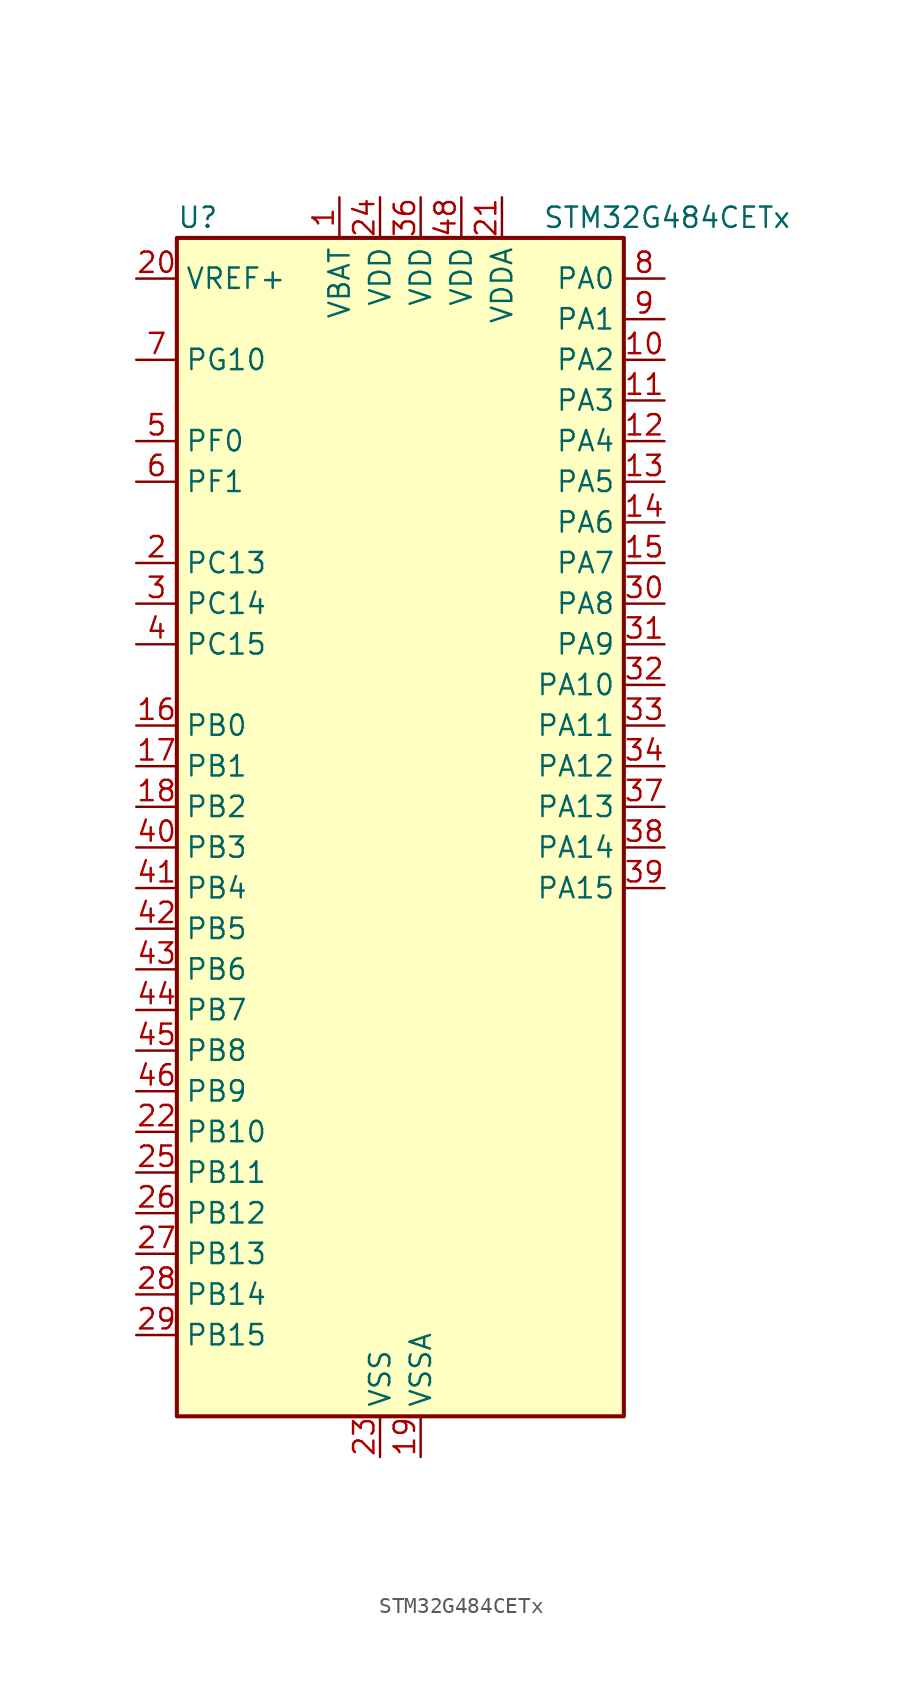
<source format=kicad_sym>
(kicad_symbol_lib
  (version 20220914)
  (generator kicad_symbol_editor)
  (symbol "STM32G484CETx"
    (property "Reference" "U"
      (at -12.7 39.37 0)
      (effects (font (size 1.27 1.27)) (justify left)))
    (property "Value" "STM32G484CETx"
      (at 10.16 39.37 0)
      (effects (font (size 1.27 1.27)) (justify left)))
    (property "ki_locked" ""
      (at 0 0 0)
      (effects (font (size 1.27 1.27))))
    (symbol "STM32G484CETx_0_1"
      (rectangle (start -12.7 -35.56) (end 15.24 38.1) (stroke (width 0.254) (type default)) (fill (type background))))
    (symbol "STM32G484CETx_1_1"
      (pin power_in line (at -2.54 40.64 270) (length 2.54) (name "VBAT" (effects (font (size 1.27 1.27)))) (number "1" (effects (font (size 1.27 1.27)))))
      (pin bidirectional line (at 17.78 30.48 180) (length 2.54) (name "PA2" (effects (font (size 1.27 1.27)))) (number "10" (effects (font (size 1.27 1.27)))) (alternate "ADC1_IN3" bidirectional line) (alternate "ADC3_EXTI2" bidirectional line) (alternate "ADC4_EXTI2" bidirectional line) (alternate "ADC5_EXTI2" bidirectional line) (alternate "COMP2_INM" bidirectional line) (alternate "COMP2_OUT" bidirectional line) (alternate "LPUART1_TX" bidirectional line) (alternate "OPAMP1_VOUT" bidirectional line) (alternate "QUADSPI1_BK1_NCS" bidirectional line) (alternate "RCC_LSCO" bidirectional line) (alternate "SYS_WKUP4" bidirectional line) (alternate "TIM15_CH1" bidirectional line) (alternate "TIM2_CH3" bidirectional line) (alternate "TIM5_CH3" bidirectional line) (alternate "UCPD1_FRSTX1" bidirectional line) (alternate "UCPD1_FRSTX2" bidirectional line) (alternate "USART2_TX" bidirectional line))
      (pin bidirectional line (at 17.78 27.94 180) (length 2.54) (name "PA3" (effects (font (size 1.27 1.27)))) (number "11" (effects (font (size 1.27 1.27)))) (alternate "ADC1_IN4" bidirectional line) (alternate "ADC3_EXTI3" bidirectional line) (alternate "ADC4_EXTI3" bidirectional line) (alternate "ADC5_EXTI3" bidirectional line) (alternate "COMP2_INP" bidirectional line) (alternate "LPUART1_RX" bidirectional line) (alternate "OPAMP1_VINM" bidirectional line) (alternate "OPAMP1_VINM0" bidirectional line) (alternate "OPAMP1_VINM_SEC" bidirectional line) (alternate "OPAMP1_VINP" bidirectional line) (alternate "OPAMP1_VINP_SEC" bidirectional line) (alternate "OPAMP5_VINM" bidirectional line) (alternate "OPAMP5_VINM1" bidirectional line) (alternate "OPAMP5_VINM_SEC" bidirectional line) (alternate "QUADSPI1_CLK" bidirectional line) (alternate "SAI1_CK1" bidirectional line) (alternate "SAI1_MCLK_A" bidirectional line) (alternate "TIM15_CH2" bidirectional line) (alternate "TIM2_CH4" bidirectional line) (alternate "TIM5_CH4" bidirectional line) (alternate "USART2_RX" bidirectional line))
      (pin bidirectional line (at 17.78 25.4 180) (length 2.54) (name "PA4" (effects (font (size 1.27 1.27)))) (number "12" (effects (font (size 1.27 1.27)))) (alternate "ADC2_IN17" bidirectional line) (alternate "COMP1_INM" bidirectional line) (alternate "DAC1_OUT1" bidirectional line) (alternate "I2S3_WS" bidirectional line) (alternate "SAI1_FS_B" bidirectional line) (alternate "SPI1_NSS" bidirectional line) (alternate "SPI3_NSS" bidirectional line) (alternate "TIM3_CH2" bidirectional line) (alternate "USART2_CK" bidirectional line))
      (pin bidirectional line (at 17.78 22.86 180) (length 2.54) (name "PA5" (effects (font (size 1.27 1.27)))) (number "13" (effects (font (size 1.27 1.27)))) (alternate "ADC2_IN13" bidirectional line) (alternate "COMP2_INM" bidirectional line) (alternate "DAC1_OUT2" bidirectional line) (alternate "OPAMP2_VINM" bidirectional line) (alternate "OPAMP2_VINM0" bidirectional line) (alternate "OPAMP2_VINM_SEC" bidirectional line) (alternate "SPI1_SCK" bidirectional line) (alternate "TIM2_CH1" bidirectional line) (alternate "TIM2_ETR" bidirectional line) (alternate "UCPD1_FRSTX1" bidirectional line) (alternate "UCPD1_FRSTX2" bidirectional line))
      (pin bidirectional line (at 17.78 20.32 180) (length 2.54) (name "PA6" (effects (font (size 1.27 1.27)))) (number "14" (effects (font (size 1.27 1.27)))) (alternate "ADC2_IN3" bidirectional line) (alternate "COMP1_OUT" bidirectional line) (alternate "DAC2_OUT1" bidirectional line) (alternate "LPUART1_CTS" bidirectional line) (alternate "OPAMP2_VOUT" bidirectional line) (alternate "QUADSPI1_BK1_IO3" bidirectional line) (alternate "SPI1_MISO" bidirectional line) (alternate "TIM16_CH1" bidirectional line) (alternate "TIM1_BKIN" bidirectional line) (alternate "TIM3_CH1" bidirectional line) (alternate "TIM8_BKIN" bidirectional line))
      (pin bidirectional line (at 17.78 17.78 180) (length 2.54) (name "PA7" (effects (font (size 1.27 1.27)))) (number "15" (effects (font (size 1.27 1.27)))) (alternate "ADC2_IN4" bidirectional line) (alternate "COMP2_INP" bidirectional line) (alternate "COMP2_OUT" bidirectional line) (alternate "OPAMP1_VINP" bidirectional line) (alternate "OPAMP1_VINP_SEC" bidirectional line) (alternate "OPAMP2_VINP" bidirectional line) (alternate "OPAMP2_VINP_SEC" bidirectional line) (alternate "QUADSPI1_BK1_IO2" bidirectional line) (alternate "SPI1_MOSI" bidirectional line) (alternate "TIM17_CH1" bidirectional line) (alternate "TIM1_CH1N" bidirectional line) (alternate "TIM3_CH2" bidirectional line) (alternate "TIM8_CH1N" bidirectional line) (alternate "UCPD1_FRSTX1" bidirectional line) (alternate "UCPD1_FRSTX2" bidirectional line))
      (pin bidirectional line (at -15.24 7.62 0) (length 2.54) (name "PB0" (effects (font (size 1.27 1.27)))) (number "16" (effects (font (size 1.27 1.27)))) (alternate "ADC1_IN15" bidirectional line) (alternate "ADC3_IN12" bidirectional line) (alternate "COMP4_INP" bidirectional line) (alternate "HRTIM1_FLT5" bidirectional line) (alternate "OPAMP2_VINP" bidirectional line) (alternate "OPAMP2_VINP_SEC" bidirectional line) (alternate "OPAMP3_VINP" bidirectional line) (alternate "OPAMP3_VINP_SEC" bidirectional line) (alternate "QUADSPI1_BK1_IO1" bidirectional line) (alternate "TIM1_CH2N" bidirectional line) (alternate "TIM3_CH3" bidirectional line) (alternate "TIM8_CH2N" bidirectional line) (alternate "UCPD1_FRSTX1" bidirectional line) (alternate "UCPD1_FRSTX2" bidirectional line))
      (pin bidirectional line (at -15.24 5.08 0) (length 2.54) (name "PB1" (effects (font (size 1.27 1.27)))) (number "17" (effects (font (size 1.27 1.27)))) (alternate "ADC1_IN12" bidirectional line) (alternate "ADC3_IN1" bidirectional line) (alternate "COMP1_INP" bidirectional line) (alternate "COMP4_OUT" bidirectional line) (alternate "HRTIM1_SCOUT" bidirectional line) (alternate "LPUART1_DE" bidirectional line) (alternate "LPUART1_RTS" bidirectional line) (alternate "OPAMP3_VOUT" bidirectional line) (alternate "OPAMP6_VINM" bidirectional line) (alternate "OPAMP6_VINM1" bidirectional line) (alternate "OPAMP6_VINM_SEC" bidirectional line) (alternate "QUADSPI1_BK1_IO0" bidirectional line) (alternate "TIM1_CH3N" bidirectional line) (alternate "TIM3_CH4" bidirectional line) (alternate "TIM8_CH3N" bidirectional line))
      (pin bidirectional line (at -15.24 2.54 0) (length 2.54) (name "PB2" (effects (font (size 1.27 1.27)))) (number "18" (effects (font (size 1.27 1.27)))) (alternate "ADC2_IN12" bidirectional line) (alternate "ADC3_EXTI2" bidirectional line) (alternate "ADC4_EXTI2" bidirectional line) (alternate "ADC5_EXTI2" bidirectional line) (alternate "COMP4_INM" bidirectional line) (alternate "HRTIM1_SCIN" bidirectional line) (alternate "I2C3_SMBA" bidirectional line) (alternate "LPTIM1_OUT" bidirectional line) (alternate "OPAMP3_VINM" bidirectional line) (alternate "OPAMP3_VINM0" bidirectional line) (alternate "OPAMP3_VINM_SEC" bidirectional line) (alternate "QUADSPI1_BK2_IO1" bidirectional line) (alternate "RTC_OUT2" bidirectional line) (alternate "TIM20_CH1" bidirectional line) (alternate "TIM5_CH1" bidirectional line))
      (pin power_in line (at 2.54 -38.1 90) (length 2.54) (name "VSSA" (effects (font (size 1.27 1.27)))) (number "19" (effects (font (size 1.27 1.27)))))
      (pin bidirectional line (at -15.24 17.78 0) (length 2.54) (name "PC13" (effects (font (size 1.27 1.27)))) (number "2" (effects (font (size 1.27 1.27)))) (alternate "RTC_OUT1" bidirectional line) (alternate "RTC_TAMP1" bidirectional line) (alternate "RTC_TS" bidirectional line) (alternate "SYS_WKUP2" bidirectional line) (alternate "TIM1_BKIN" bidirectional line) (alternate "TIM1_CH1N" bidirectional line) (alternate "TIM8_CH4N" bidirectional line))
      (pin input line (at -15.24 35.56 0) (length 2.54) (name "VREF+" (effects (font (size 1.27 1.27)))) (number "20" (effects (font (size 1.27 1.27)))) (alternate "VREFBUF_OUT" bidirectional line))
      (pin power_in line (at 7.62 40.64 270) (length 2.54) (name "VDDA" (effects (font (size 1.27 1.27)))) (number "21" (effects (font (size 1.27 1.27)))))
      (pin bidirectional line (at -15.24 -17.78 0) (length 2.54) (name "PB10" (effects (font (size 1.27 1.27)))) (number "22" (effects (font (size 1.27 1.27)))) (alternate "COMP5_INM" bidirectional line) (alternate "DAC1_EXTI10" bidirectional line) (alternate "DAC2_EXTI10" bidirectional line) (alternate "DAC3_EXTI10" bidirectional line) (alternate "DAC4_EXTI10" bidirectional line) (alternate "HRTIM1_FLT3" bidirectional line) (alternate "LPUART1_RX" bidirectional line) (alternate "OPAMP3_VINM" bidirectional line) (alternate "OPAMP3_VINM1" bidirectional line) (alternate "OPAMP3_VINM_SEC" bidirectional line) (alternate "OPAMP4_VINM" bidirectional line) (alternate "OPAMP4_VINM0" bidirectional line) (alternate "OPAMP4_VINM_SEC" bidirectional line) (alternate "QUADSPI1_CLK" bidirectional line) (alternate "SAI1_SCK_A" bidirectional line) (alternate "TIM1_BKIN" bidirectional line) (alternate "TIM2_CH3" bidirectional line) (alternate "USART3_TX" bidirectional line))
      (pin power_in line (at 0 -38.1 90) (length 2.54) (name "VSS" (effects (font (size 1.27 1.27)))) (number "23" (effects (font (size 1.27 1.27)))))
      (pin power_in line (at 0 40.64 270) (length 2.54) (name "VDD" (effects (font (size 1.27 1.27)))) (number "24" (effects (font (size 1.27 1.27)))))
      (pin bidirectional line (at -15.24 -20.32 0) (length 2.54) (name "PB11" (effects (font (size 1.27 1.27)))) (number "25" (effects (font (size 1.27 1.27)))) (alternate "ADC1_EXTI11" bidirectional line) (alternate "ADC1_IN14" bidirectional line) (alternate "ADC2_EXTI11" bidirectional line) (alternate "ADC2_IN14" bidirectional line) (alternate "COMP6_INP" bidirectional line) (alternate "HRTIM1_FLT4" bidirectional line) (alternate "LPUART1_TX" bidirectional line) (alternate "OPAMP4_VINP" bidirectional line) (alternate "OPAMP4_VINP_SEC" bidirectional line) (alternate "OPAMP6_VOUT" bidirectional line) (alternate "QUADSPI1_BK1_NCS" bidirectional line) (alternate "TIM2_CH4" bidirectional line) (alternate "USART3_RX" bidirectional line))
      (pin bidirectional line (at -15.24 -22.86 0) (length 2.54) (name "PB12" (effects (font (size 1.27 1.27)))) (number "26" (effects (font (size 1.27 1.27)))) (alternate "ADC1_IN11" bidirectional line) (alternate "ADC4_IN3" bidirectional line) (alternate "COMP7_INM" bidirectional line) (alternate "FDCAN2_RX" bidirectional line) (alternate "HRTIM1_CHC1" bidirectional line) (alternate "I2C2_SMBA" bidirectional line) (alternate "I2S2_WS" bidirectional line) (alternate "LPUART1_DE" bidirectional line) (alternate "LPUART1_RTS" bidirectional line) (alternate "OPAMP4_VOUT" bidirectional line) (alternate "OPAMP6_VINP" bidirectional line) (alternate "OPAMP6_VINP_SEC" bidirectional line) (alternate "SPI2_NSS" bidirectional line) (alternate "TIM1_BKIN" bidirectional line) (alternate "TIM5_ETR" bidirectional line) (alternate "USART3_CK" bidirectional line))
      (pin bidirectional line (at -15.24 -25.4 0) (length 2.54) (name "PB13" (effects (font (size 1.27 1.27)))) (number "27" (effects (font (size 1.27 1.27)))) (alternate "ADC3_IN5" bidirectional line) (alternate "COMP5_INP" bidirectional line) (alternate "FDCAN2_TX" bidirectional line) (alternate "HRTIM1_CHC2" bidirectional line) (alternate "I2S2_CK" bidirectional line) (alternate "LPUART1_CTS" bidirectional line) (alternate "OPAMP3_VINP" bidirectional line) (alternate "OPAMP3_VINP_SEC" bidirectional line) (alternate "OPAMP4_VINP" bidirectional line) (alternate "OPAMP4_VINP_SEC" bidirectional line) (alternate "OPAMP6_VINP" bidirectional line) (alternate "OPAMP6_VINP_SEC" bidirectional line) (alternate "SPI2_SCK" bidirectional line) (alternate "TIM1_CH1N" bidirectional line) (alternate "USART3_CTS" bidirectional line) (alternate "USART3_NSS" bidirectional line))
      (pin bidirectional line (at -15.24 -27.94 0) (length 2.54) (name "PB14" (effects (font (size 1.27 1.27)))) (number "28" (effects (font (size 1.27 1.27)))) (alternate "ADC1_IN5" bidirectional line) (alternate "ADC4_IN4" bidirectional line) (alternate "COMP4_OUT" bidirectional line) (alternate "COMP7_INP" bidirectional line) (alternate "HRTIM1_CHD1" bidirectional line) (alternate "OPAMP2_VINP" bidirectional line) (alternate "OPAMP2_VINP_SEC" bidirectional line) (alternate "OPAMP5_VINP" bidirectional line) (alternate "OPAMP5_VINP_SEC" bidirectional line) (alternate "SPI2_MISO" bidirectional line) (alternate "TIM15_CH1" bidirectional line) (alternate "TIM1_CH2N" bidirectional line) (alternate "USART3_DE" bidirectional line) (alternate "USART3_RTS" bidirectional line))
      (pin bidirectional line (at -15.24 -30.48 0) (length 2.54) (name "PB15" (effects (font (size 1.27 1.27)))) (number "29" (effects (font (size 1.27 1.27)))) (alternate "ADC1_EXTI15" bidirectional line) (alternate "ADC2_EXTI15" bidirectional line) (alternate "ADC2_IN15" bidirectional line) (alternate "ADC4_IN5" bidirectional line) (alternate "COMP3_OUT" bidirectional line) (alternate "COMP6_INM" bidirectional line) (alternate "HRTIM1_CHD2" bidirectional line) (alternate "I2S2_SD" bidirectional line) (alternate "OPAMP5_VINM" bidirectional line) (alternate "OPAMP5_VINM0" bidirectional line) (alternate "OPAMP5_VINM_SEC" bidirectional line) (alternate "RTC_REFIN" bidirectional line) (alternate "SPI2_MOSI" bidirectional line) (alternate "TIM15_CH1N" bidirectional line) (alternate "TIM15_CH2" bidirectional line) (alternate "TIM1_CH3N" bidirectional line))
      (pin bidirectional line (at -15.24 15.24 0) (length 2.54) (name "PC14" (effects (font (size 1.27 1.27)))) (number "3" (effects (font (size 1.27 1.27)))) (alternate "RCC_OSC32_IN" bidirectional line))
      (pin bidirectional line (at 17.78 15.24 180) (length 2.54) (name "PA8" (effects (font (size 1.27 1.27)))) (number "30" (effects (font (size 1.27 1.27)))) (alternate "ADC5_IN1" bidirectional line) (alternate "COMP7_OUT" bidirectional line) (alternate "FDCAN3_RX" bidirectional line) (alternate "HRTIM1_CHA1" bidirectional line) (alternate "I2C2_SDA" bidirectional line) (alternate "I2C3_SCL" bidirectional line) (alternate "I2S2_MCK" bidirectional line) (alternate "OPAMP5_VOUT" bidirectional line) (alternate "RCC_MCO" bidirectional line) (alternate "SAI1_CK2" bidirectional line) (alternate "SAI1_SCK_A" bidirectional line) (alternate "TIM1_CH1" bidirectional line) (alternate "TIM4_ETR" bidirectional line) (alternate "USART1_CK" bidirectional line))
      (pin bidirectional line (at 17.78 12.7 180) (length 2.54) (name "PA9" (effects (font (size 1.27 1.27)))) (number "31" (effects (font (size 1.27 1.27)))) (alternate "ADC5_IN2" bidirectional line) (alternate "COMP5_OUT" bidirectional line) (alternate "DAC1_EXTI9" bidirectional line) (alternate "DAC2_EXTI9" bidirectional line) (alternate "DAC3_EXTI9" bidirectional line) (alternate "DAC4_EXTI9" bidirectional line) (alternate "HRTIM1_CHA2" bidirectional line) (alternate "I2C2_SCL" bidirectional line) (alternate "I2C3_SMBA" bidirectional line) (alternate "I2S3_MCK" bidirectional line) (alternate "SAI1_FS_A" bidirectional line) (alternate "TIM15_BKIN" bidirectional line) (alternate "TIM1_CH2" bidirectional line) (alternate "TIM2_CH3" bidirectional line) (alternate "UCPD1_DBCC1" bidirectional line) (alternate "USART1_TX" bidirectional line))
      (pin bidirectional line (at 17.78 10.16 180) (length 2.54) (name "PA10" (effects (font (size 1.27 1.27)))) (number "32" (effects (font (size 1.27 1.27)))) (alternate "COMP6_OUT" bidirectional line) (alternate "CRS_SYNC" bidirectional line) (alternate "DAC1_EXTI10" bidirectional line) (alternate "DAC2_EXTI10" bidirectional line) (alternate "DAC3_EXTI10" bidirectional line) (alternate "DAC4_EXTI10" bidirectional line) (alternate "HRTIM1_CHB1" bidirectional line) (alternate "I2C2_SMBA" bidirectional line) (alternate "SAI1_D1" bidirectional line) (alternate "SAI1_SD_A" bidirectional line) (alternate "SPI2_MISO" bidirectional line) (alternate "TIM17_BKIN" bidirectional line) (alternate "TIM1_CH3" bidirectional line) (alternate "TIM2_CH4" bidirectional line) (alternate "TIM8_BKIN" bidirectional line) (alternate "UCPD1_DBCC2" bidirectional line) (alternate "USART1_RX" bidirectional line))
      (pin bidirectional line (at 17.78 7.62 180) (length 2.54) (name "PA11" (effects (font (size 1.27 1.27)))) (number "33" (effects (font (size 1.27 1.27)))) (alternate "ADC1_EXTI11" bidirectional line) (alternate "ADC2_EXTI11" bidirectional line) (alternate "COMP1_OUT" bidirectional line) (alternate "FDCAN1_RX" bidirectional line) (alternate "HRTIM1_CHB2" bidirectional line) (alternate "I2S2_SD" bidirectional line) (alternate "SPI2_MOSI" bidirectional line) (alternate "TIM1_BKIN2" bidirectional line) (alternate "TIM1_CH1N" bidirectional line) (alternate "TIM1_CH4" bidirectional line) (alternate "TIM4_CH1" bidirectional line) (alternate "USART1_CTS" bidirectional line) (alternate "USART1_NSS" bidirectional line) (alternate "USB_DM" bidirectional line))
      (pin bidirectional line (at 17.78 5.08 180) (length 2.54) (name "PA12" (effects (font (size 1.27 1.27)))) (number "34" (effects (font (size 1.27 1.27)))) (alternate "COMP2_OUT" bidirectional line) (alternate "FDCAN1_TX" bidirectional line) (alternate "HRTIM1_FLT1" bidirectional line) (alternate "I2S_CKIN" bidirectional line) (alternate "TIM16_CH1" bidirectional line) (alternate "TIM1_CH2N" bidirectional line) (alternate "TIM1_ETR" bidirectional line) (alternate "TIM4_CH2" bidirectional line) (alternate "USART1_DE" bidirectional line) (alternate "USART1_RTS" bidirectional line) (alternate "USB_DP" bidirectional line))
      (pin passive line (at 0 -38.1 90) (length 2.54) hide (name "VSS" (effects (font (size 1.27 1.27)))) (number "35" (effects (font (size 1.27 1.27)))))
      (pin power_in line (at 2.54 40.64 270) (length 2.54) (name "VDD" (effects (font (size 1.27 1.27)))) (number "36" (effects (font (size 1.27 1.27)))))
      (pin bidirectional line (at 17.78 2.54 180) (length 2.54) (name "PA13" (effects (font (size 1.27 1.27)))) (number "37" (effects (font (size 1.27 1.27)))) (alternate "I2C1_SCL" bidirectional line) (alternate "I2C4_SCL" bidirectional line) (alternate "IR_OUT" bidirectional line) (alternate "SAI1_SD_B" bidirectional line) (alternate "SYS_JTMS-SWDIO" bidirectional line) (alternate "TIM16_CH1N" bidirectional line) (alternate "TIM4_CH3" bidirectional line) (alternate "USART3_CTS" bidirectional line) (alternate "USART3_NSS" bidirectional line))
      (pin bidirectional line (at 17.78 0 180) (length 2.54) (name "PA14" (effects (font (size 1.27 1.27)))) (number "38" (effects (font (size 1.27 1.27)))) (alternate "I2C1_SDA" bidirectional line) (alternate "I2C4_SMBA" bidirectional line) (alternate "LPTIM1_OUT" bidirectional line) (alternate "SAI1_FS_B" bidirectional line) (alternate "SYS_JTCK-SWCLK" bidirectional line) (alternate "TIM1_BKIN" bidirectional line) (alternate "TIM8_CH2" bidirectional line) (alternate "USART2_TX" bidirectional line))
      (pin bidirectional line (at 17.78 -2.54 180) (length 2.54) (name "PA15" (effects (font (size 1.27 1.27)))) (number "39" (effects (font (size 1.27 1.27)))) (alternate "ADC1_EXTI15" bidirectional line) (alternate "ADC2_EXTI15" bidirectional line) (alternate "FDCAN3_TX" bidirectional line) (alternate "HRTIM1_FLT2" bidirectional line) (alternate "I2C1_SCL" bidirectional line) (alternate "I2S3_WS" bidirectional line) (alternate "SPI1_NSS" bidirectional line) (alternate "SPI3_NSS" bidirectional line) (alternate "SYS_JTDI" bidirectional line) (alternate "TIM1_BKIN" bidirectional line) (alternate "TIM2_CH1" bidirectional line) (alternate "TIM2_ETR" bidirectional line) (alternate "TIM8_CH1" bidirectional line) (alternate "USART2_RX" bidirectional line))
      (pin bidirectional line (at -15.24 12.7 0) (length 2.54) (name "PC15" (effects (font (size 1.27 1.27)))) (number "4" (effects (font (size 1.27 1.27)))) (alternate "ADC1_EXTI15" bidirectional line) (alternate "ADC2_EXTI15" bidirectional line) (alternate "RCC_OSC32_OUT" bidirectional line))
      (pin bidirectional line (at -15.24 0 0) (length 2.54) (name "PB3" (effects (font (size 1.27 1.27)))) (number "40" (effects (font (size 1.27 1.27)))) (alternate "ADC3_EXTI3" bidirectional line) (alternate "ADC4_EXTI3" bidirectional line) (alternate "ADC5_EXTI3" bidirectional line) (alternate "CRS_SYNC" bidirectional line) (alternate "FDCAN3_RX" bidirectional line) (alternate "HRTIM1_EEV9" bidirectional line) (alternate "HRTIM1_SCOUT" bidirectional line) (alternate "I2S3_CK" bidirectional line) (alternate "SAI1_SCK_B" bidirectional line) (alternate "SPI1_SCK" bidirectional line) (alternate "SPI3_SCK" bidirectional line) (alternate "SYS_JTDO-SWO" bidirectional line) (alternate "TIM2_CH2" bidirectional line) (alternate "TIM3_ETR" bidirectional line) (alternate "TIM4_ETR" bidirectional line) (alternate "TIM8_CH1N" bidirectional line) (alternate "USART2_TX" bidirectional line))
      (pin bidirectional line (at -15.24 -2.54 0) (length 2.54) (name "PB4" (effects (font (size 1.27 1.27)))) (number "41" (effects (font (size 1.27 1.27)))) (alternate "FDCAN3_TX" bidirectional line) (alternate "HRTIM1_EEV7" bidirectional line) (alternate "SAI1_MCLK_B" bidirectional line) (alternate "SPI1_MISO" bidirectional line) (alternate "SPI3_MISO" bidirectional line) (alternate "SYS_JTRST" bidirectional line) (alternate "TIM16_CH1" bidirectional line) (alternate "TIM17_BKIN" bidirectional line) (alternate "TIM3_CH1" bidirectional line) (alternate "TIM8_CH2N" bidirectional line) (alternate "UCPD1_CC2" bidirectional line) (alternate "USART2_RX" bidirectional line))
      (pin bidirectional line (at -15.24 -5.08 0) (length 2.54) (name "PB5" (effects (font (size 1.27 1.27)))) (number "42" (effects (font (size 1.27 1.27)))) (alternate "FDCAN2_RX" bidirectional line) (alternate "HRTIM1_EEV6" bidirectional line) (alternate "I2C1_SMBA" bidirectional line) (alternate "I2C3_SDA" bidirectional line) (alternate "I2S3_SD" bidirectional line) (alternate "LPTIM1_IN1" bidirectional line) (alternate "SAI1_SD_B" bidirectional line) (alternate "SPI1_MOSI" bidirectional line) (alternate "SPI3_MOSI" bidirectional line) (alternate "TIM16_BKIN" bidirectional line) (alternate "TIM17_CH1" bidirectional line) (alternate "TIM3_CH2" bidirectional line) (alternate "TIM8_CH3N" bidirectional line) (alternate "USART2_CK" bidirectional line))
      (pin bidirectional line (at -15.24 -7.62 0) (length 2.54) (name "PB6" (effects (font (size 1.27 1.27)))) (number "43" (effects (font (size 1.27 1.27)))) (alternate "COMP4_OUT" bidirectional line) (alternate "FDCAN2_TX" bidirectional line) (alternate "HRTIM1_EEV4" bidirectional line) (alternate "HRTIM1_SCIN" bidirectional line) (alternate "LPTIM1_ETR" bidirectional line) (alternate "SAI1_FS_B" bidirectional line) (alternate "TIM16_CH1N" bidirectional line) (alternate "TIM4_CH1" bidirectional line) (alternate "TIM8_BKIN2" bidirectional line) (alternate "TIM8_CH1" bidirectional line) (alternate "TIM8_ETR" bidirectional line) (alternate "UCPD1_CC1" bidirectional line) (alternate "USART1_TX" bidirectional line))
      (pin bidirectional line (at -15.24 -10.16 0) (length 2.54) (name "PB7" (effects (font (size 1.27 1.27)))) (number "44" (effects (font (size 1.27 1.27)))) (alternate "COMP3_OUT" bidirectional line) (alternate "HRTIM1_EEV3" bidirectional line) (alternate "I2C1_SDA" bidirectional line) (alternate "I2C4_SDA" bidirectional line) (alternate "LPTIM1_IN2" bidirectional line) (alternate "SYS_PVD_IN" bidirectional line) (alternate "TIM17_CH1N" bidirectional line) (alternate "TIM3_CH4" bidirectional line) (alternate "TIM4_CH2" bidirectional line) (alternate "TIM8_BKIN" bidirectional line) (alternate "USART1_RX" bidirectional line))
      (pin bidirectional line (at -15.24 -12.7 0) (length 2.54) (name "PB8" (effects (font (size 1.27 1.27)))) (number "45" (effects (font (size 1.27 1.27)))) (alternate "COMP1_OUT" bidirectional line) (alternate "FDCAN1_RX" bidirectional line) (alternate "HRTIM1_EEV8" bidirectional line) (alternate "I2C1_SCL" bidirectional line) (alternate "SAI1_CK1" bidirectional line) (alternate "SAI1_MCLK_A" bidirectional line) (alternate "TIM16_CH1" bidirectional line) (alternate "TIM1_BKIN" bidirectional line) (alternate "TIM4_CH3" bidirectional line) (alternate "TIM8_CH2" bidirectional line) (alternate "USART3_RX" bidirectional line))
      (pin bidirectional line (at -15.24 -15.24 0) (length 2.54) (name "PB9" (effects (font (size 1.27 1.27)))) (number "46" (effects (font (size 1.27 1.27)))) (alternate "COMP2_OUT" bidirectional line) (alternate "DAC1_EXTI9" bidirectional line) (alternate "DAC2_EXTI9" bidirectional line) (alternate "DAC3_EXTI9" bidirectional line) (alternate "DAC4_EXTI9" bidirectional line) (alternate "FDCAN1_TX" bidirectional line) (alternate "HRTIM1_EEV5" bidirectional line) (alternate "I2C1_SDA" bidirectional line) (alternate "IR_OUT" bidirectional line) (alternate "SAI1_D2" bidirectional line) (alternate "SAI1_FS_A" bidirectional line) (alternate "TIM17_CH1" bidirectional line) (alternate "TIM1_CH3N" bidirectional line) (alternate "TIM4_CH4" bidirectional line) (alternate "TIM8_CH3" bidirectional line) (alternate "USART3_TX" bidirectional line))
      (pin passive line (at 0 -38.1 90) (length 2.54) hide (name "VSS" (effects (font (size 1.27 1.27)))) (number "47" (effects (font (size 1.27 1.27)))))
      (pin power_in line (at 5.08 40.64 270) (length 2.54) (name "VDD" (effects (font (size 1.27 1.27)))) (number "48" (effects (font (size 1.27 1.27)))))
      (pin bidirectional line (at -15.24 25.4 0) (length 2.54) (name "PF0" (effects (font (size 1.27 1.27)))) (number "5" (effects (font (size 1.27 1.27)))) (alternate "ADC1_IN10" bidirectional line) (alternate "I2C2_SDA" bidirectional line) (alternate "I2S2_WS" bidirectional line) (alternate "RCC_OSC_IN" bidirectional line) (alternate "SPI2_NSS" bidirectional line) (alternate "TIM1_CH3N" bidirectional line))
      (pin bidirectional line (at -15.24 22.86 0) (length 2.54) (name "PF1" (effects (font (size 1.27 1.27)))) (number "6" (effects (font (size 1.27 1.27)))) (alternate "ADC2_IN10" bidirectional line) (alternate "COMP3_INM" bidirectional line) (alternate "I2S2_CK" bidirectional line) (alternate "RCC_OSC_OUT" bidirectional line) (alternate "SPI2_SCK" bidirectional line))
      (pin bidirectional line (at -15.24 30.48 0) (length 2.54) (name "PG10" (effects (font (size 1.27 1.27)))) (number "7" (effects (font (size 1.27 1.27)))) (alternate "DAC1_EXTI10" bidirectional line) (alternate "DAC2_EXTI10" bidirectional line) (alternate "DAC3_EXTI10" bidirectional line) (alternate "DAC4_EXTI10" bidirectional line) (alternate "RCC_MCO" bidirectional line))
      (pin bidirectional line (at 17.78 35.56 180) (length 2.54) (name "PA0" (effects (font (size 1.27 1.27)))) (number "8" (effects (font (size 1.27 1.27)))) (alternate "ADC1_IN1" bidirectional line) (alternate "ADC2_IN1" bidirectional line) (alternate "COMP1_INM" bidirectional line) (alternate "COMP1_OUT" bidirectional line) (alternate "COMP3_INP" bidirectional line) (alternate "RTC_TAMP2" bidirectional line) (alternate "SYS_WKUP1" bidirectional line) (alternate "TIM2_CH1" bidirectional line) (alternate "TIM2_ETR" bidirectional line) (alternate "TIM5_CH1" bidirectional line) (alternate "TIM8_BKIN" bidirectional line) (alternate "TIM8_ETR" bidirectional line) (alternate "USART2_CTS" bidirectional line) (alternate "USART2_NSS" bidirectional line))
      (pin bidirectional line (at 17.78 33.02 180) (length 2.54) (name "PA1" (effects (font (size 1.27 1.27)))) (number "9" (effects (font (size 1.27 1.27)))) (alternate "ADC1_IN2" bidirectional line) (alternate "ADC2_IN2" bidirectional line) (alternate "COMP1_INP" bidirectional line) (alternate "OPAMP1_VINP" bidirectional line) (alternate "OPAMP1_VINP_SEC" bidirectional line) (alternate "OPAMP3_VINP" bidirectional line) (alternate "OPAMP3_VINP_SEC" bidirectional line) (alternate "OPAMP6_VINM" bidirectional line) (alternate "OPAMP6_VINM0" bidirectional line) (alternate "OPAMP6_VINM_SEC" bidirectional line) (alternate "RTC_REFIN" bidirectional line) (alternate "TIM15_CH1N" bidirectional line) (alternate "TIM2_CH2" bidirectional line) (alternate "TIM5_CH2" bidirectional line) (alternate "USART2_DE" bidirectional line) (alternate "USART2_RTS" bidirectional line)))))
</source>
